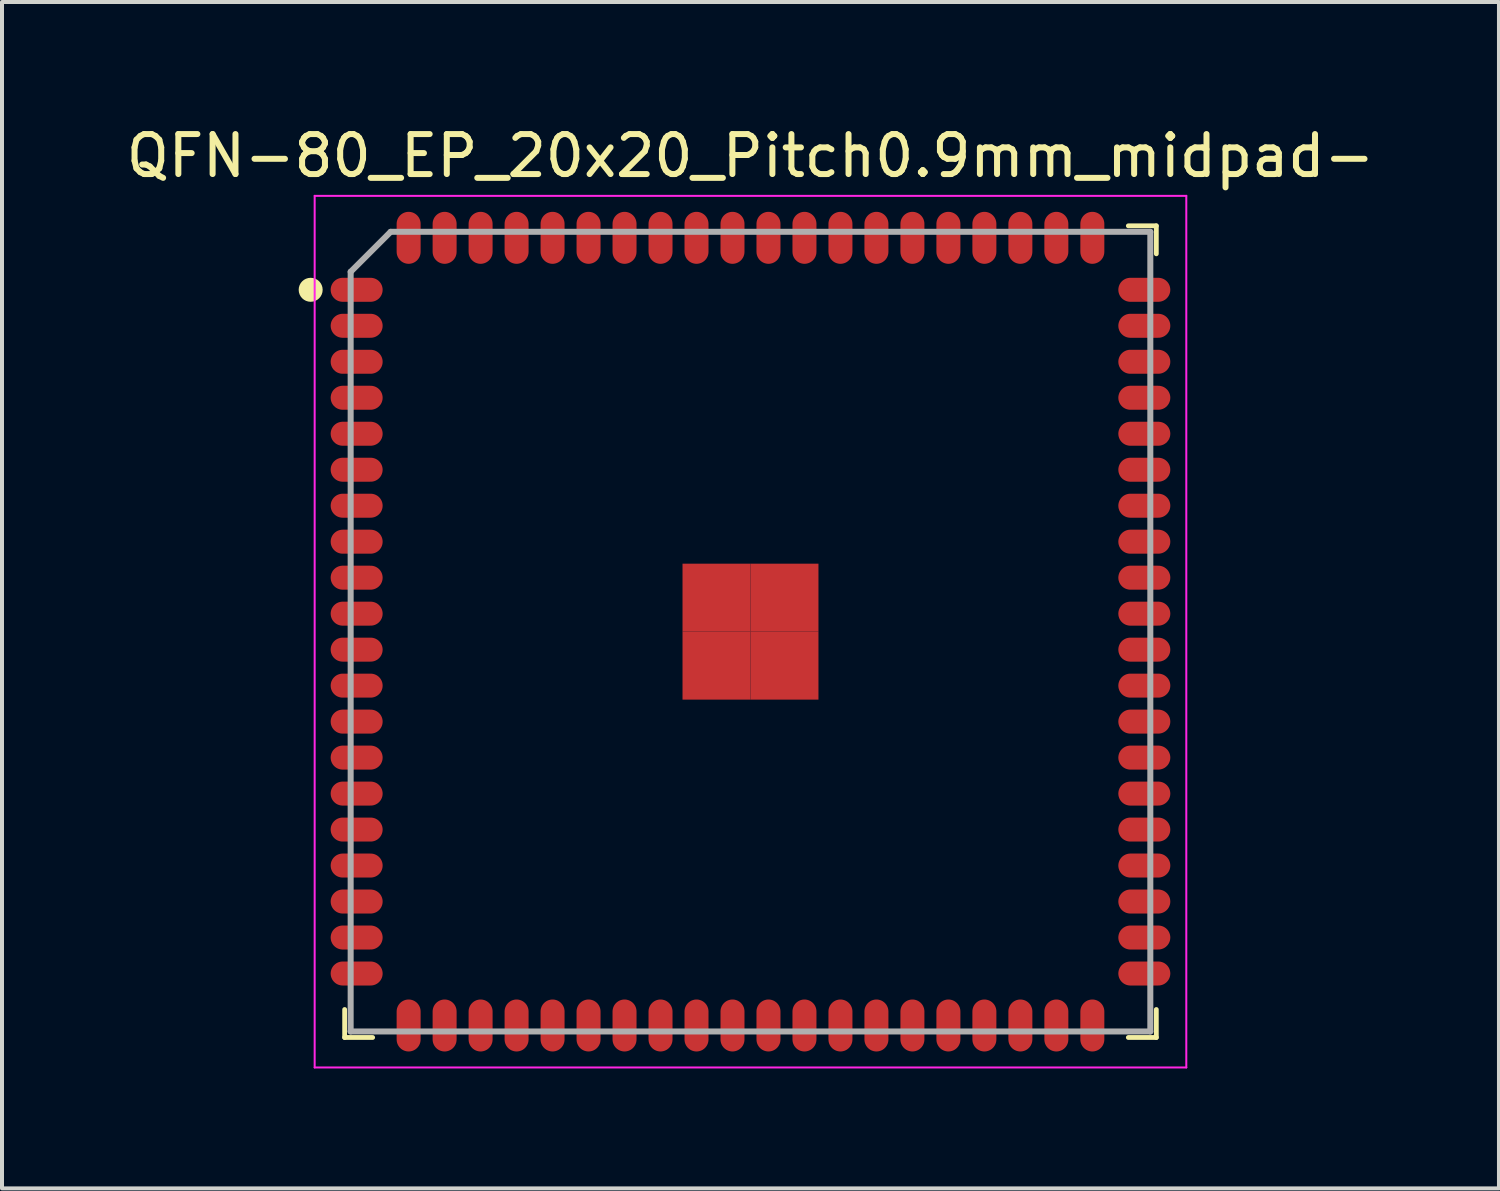
<source format=kicad_pcb>
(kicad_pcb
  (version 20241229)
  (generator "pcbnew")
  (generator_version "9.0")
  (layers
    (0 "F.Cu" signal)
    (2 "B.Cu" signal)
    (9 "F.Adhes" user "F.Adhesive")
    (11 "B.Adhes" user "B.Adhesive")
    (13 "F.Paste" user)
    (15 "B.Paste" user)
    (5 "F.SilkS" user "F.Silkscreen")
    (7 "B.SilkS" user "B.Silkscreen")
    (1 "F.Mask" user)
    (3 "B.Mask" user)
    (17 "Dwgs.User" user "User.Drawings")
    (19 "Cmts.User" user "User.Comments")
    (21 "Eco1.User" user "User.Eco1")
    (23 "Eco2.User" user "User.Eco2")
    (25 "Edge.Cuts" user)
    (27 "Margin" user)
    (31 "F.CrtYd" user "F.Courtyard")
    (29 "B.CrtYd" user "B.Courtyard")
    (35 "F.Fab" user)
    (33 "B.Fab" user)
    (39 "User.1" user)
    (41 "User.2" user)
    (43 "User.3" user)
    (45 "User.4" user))
  (footprint "QFN-80_EP_20x20_Pitch0.9mm_midpad-"
    (layer "F.Cu")
    (at 15.72 12.748)
    (property "Reference" "QFN-80_EP_20x20_Pitch0.9mm_midpad-" (at 0 -11.9 0) (layer "F.SilkS") (effects (font (size 1 1) (thickness 0.15))))
    (attr through_hole)
    (fp_line (start -10.15 10.15) (end -10.15 9.45) (stroke (width 0.12) (type solid)) (layer "F.SilkS"))
    (fp_line (start -9.45 10.15) (end -10.15 10.15) (stroke (width 0.12) (type solid)) (layer "F.SilkS"))
    (fp_line (start 9.45 -10.15) (end 10.15 -10.15) (stroke (width 0.12) (type solid)) (layer "F.SilkS"))
    (fp_line (start 9.45 10.15) (end 10.15 10.15) (stroke (width 0.12) (type solid)) (layer "F.SilkS"))
    (fp_line (start 10.15 -10.15) (end 10.15 -9.45) (stroke (width 0.12) (type solid)) (layer "F.SilkS"))
    (fp_line (start 10.15 10.15) (end 10.15 9.45) (stroke (width 0.12) (type solid)) (layer "F.SilkS"))
    (fp_circle (center -11 -8.55) (end -10.85 -8.55) (stroke (width 0.3) (type solid)) (fill no) (layer "F.SilkS"))
    (fp_line (start -10.9 -10.9) (end 10.9 -10.9) (stroke (width 0.05) (type solid)) (layer "F.CrtYd"))
    (fp_line (start -10.9 10.9) (end -10.9 -10.9) (stroke (width 0.05) (type solid)) (layer "F.CrtYd"))
    (fp_line (start 10.9 -10.9) (end 10.9 10.9) (stroke (width 0.05) (type solid)) (layer "F.CrtYd"))
    (fp_line (start 10.9 10.9) (end -10.9 10.9) (stroke (width 0.05) (type solid)) (layer "F.CrtYd"))
    (fp_line (start -10 -9) (end -10 10) (stroke (width 0.15) (type solid)) (layer "F.Fab"))
    (fp_line (start -10 10) (end 10 10) (stroke (width 0.15) (type solid)) (layer "F.Fab"))
    (fp_line (start -9 -10) (end -10 -9) (stroke (width 0.15) (type solid)) (layer "F.Fab"))
    (fp_line (start 10 -10) (end -9 -10) (stroke (width 0.15) (type solid)) (layer "F.Fab"))
    (fp_line (start 10 10) (end 10 -10) (stroke (width 0.15) (type solid)) (layer "F.Fab"))
    (pad "1" smd oval (at -9.85 -8.55 90) (size 0.6 1.3) (layers "F.Cu" "F.Mask" "F.Paste"))
    (pad "2" smd oval (at -9.85 -7.65 90) (size 0.6 1.3) (layers "F.Cu" "F.Mask" "F.Paste"))
    (pad "3" smd oval (at -9.85 -6.75 90) (size 0.6 1.3) (layers "F.Cu" "F.Mask" "F.Paste"))
    (pad "4" smd oval (at -9.85 -5.85 90) (size 0.6 1.3) (layers "F.Cu" "F.Mask" "F.Paste"))
    (pad "5" smd oval (at -9.85 -4.95 90) (size 0.6 1.3) (layers "F.Cu" "F.Mask" "F.Paste"))
    (pad "6" smd oval (at -9.85 -4.05 90) (size 0.6 1.3) (layers "F.Cu" "F.Mask" "F.Paste"))
    (pad "7" smd oval (at -9.85 -3.15 90) (size 0.6 1.3) (layers "F.Cu" "F.Mask" "F.Paste"))
    (pad "8" smd oval (at -9.85 -2.25 90) (size 0.6 1.3) (layers "F.Cu" "F.Mask" "F.Paste"))
    (pad "9" smd oval (at -9.85 -1.35 90) (size 0.6 1.3) (layers "F.Cu" "F.Mask" "F.Paste"))
    (pad "10" smd oval (at -9.85 -0.45 90) (size 0.6 1.3) (layers "F.Cu" "F.Mask" "F.Paste"))
    (pad "11" smd oval (at -9.85 0.45 90) (size 0.6 1.3) (layers "F.Cu" "F.Mask" "F.Paste"))
    (pad "12" smd oval (at -9.85 1.35 90) (size 0.6 1.3) (layers "F.Cu" "F.Mask" "F.Paste"))
    (pad "13" smd oval (at -9.85 2.25 90) (size 0.6 1.3) (layers "F.Cu" "F.Mask" "F.Paste"))
    (pad "14" smd oval (at -9.85 3.15 90) (size 0.6 1.3) (layers "F.Cu" "F.Mask" "F.Paste"))
    (pad "15" smd oval (at -9.85 4.05 90) (size 0.6 1.3) (layers "F.Cu" "F.Mask" "F.Paste"))
    (pad "16" smd oval (at -9.85 4.95 90) (size 0.6 1.3) (layers "F.Cu" "F.Mask" "F.Paste"))
    (pad "17" smd oval (at -9.85 5.85 90) (size 0.6 1.3) (layers "F.Cu" "F.Mask" "F.Paste"))
    (pad "18" smd oval (at -9.85 6.75 90) (size 0.6 1.3) (layers "F.Cu" "F.Mask" "F.Paste"))
    (pad "19" smd oval (at -9.85 7.65 90) (size 0.6 1.3) (layers "F.Cu" "F.Mask" "F.Paste"))
    (pad "20" smd oval (at -9.85 8.55 90) (size 0.6 1.3) (layers "F.Cu" "F.Mask" "F.Paste"))
    (pad "21" smd oval (at -8.55 9.85) (size 0.6 1.3) (layers "F.Cu" "F.Mask" "F.Paste"))
    (pad "22" smd oval (at -7.65 9.85) (size 0.6 1.3) (layers "F.Cu" "F.Mask" "F.Paste"))
    (pad "23" smd oval (at -6.75 9.85) (size 0.6 1.3) (layers "F.Cu" "F.Mask" "F.Paste"))
    (pad "24" smd oval (at -5.85 9.85) (size 0.6 1.3) (layers "F.Cu" "F.Mask" "F.Paste"))
    (pad "25" smd oval (at -4.95 9.85) (size 0.6 1.3) (layers "F.Cu" "F.Mask" "F.Paste"))
    (pad "26" smd oval (at -4.05 9.85) (size 0.6 1.3) (layers "F.Cu" "F.Mask" "F.Paste"))
    (pad "27" smd oval (at -3.15 9.85) (size 0.6 1.3) (layers "F.Cu" "F.Mask" "F.Paste"))
    (pad "28" smd oval (at -2.25 9.85) (size 0.6 1.3) (layers "F.Cu" "F.Mask" "F.Paste"))
    (pad "29" smd oval (at -1.35 9.85) (size 0.6 1.3) (layers "F.Cu" "F.Mask" "F.Paste"))
    (pad "30" smd oval (at -0.45 9.85) (size 0.6 1.3) (layers "F.Cu" "F.Mask" "F.Paste"))
    (pad "31" smd oval (at 0.45 9.85) (size 0.6 1.3) (layers "F.Cu" "F.Mask" "F.Paste"))
    (pad "32" smd oval (at 1.35 9.85) (size 0.6 1.3) (layers "F.Cu" "F.Mask" "F.Paste"))
    (pad "33" smd oval (at 2.25 9.85) (size 0.6 1.3) (layers "F.Cu" "F.Mask" "F.Paste"))
    (pad "34" smd oval (at 3.15 9.85) (size 0.6 1.3) (layers "F.Cu" "F.Mask" "F.Paste"))
    (pad "35" smd oval (at 4.05 9.85) (size 0.6 1.3) (layers "F.Cu" "F.Mask" "F.Paste"))
    (pad "36" smd oval (at 4.95 9.85) (size 0.6 1.3) (layers "F.Cu" "F.Mask" "F.Paste"))
    (pad "37" smd oval (at 5.85 9.85) (size 0.6 1.3) (layers "F.Cu" "F.Mask" "F.Paste"))
    (pad "38" smd oval (at 6.75 9.85) (size 0.6 1.3) (layers "F.Cu" "F.Mask" "F.Paste"))
    (pad "39" smd oval (at 7.65 9.85) (size 0.6 1.3) (layers "F.Cu" "F.Mask" "F.Paste"))
    (pad "40" smd oval (at 8.55 9.85) (size 0.6 1.3) (layers "F.Cu" "F.Mask" "F.Paste"))
    (pad "41" smd oval (at 9.85 8.55 90) (size 0.6 1.3) (layers "F.Cu" "F.Mask" "F.Paste"))
    (pad "42" smd oval (at 9.85 7.65 90) (size 0.6 1.3) (layers "F.Cu" "F.Mask" "F.Paste"))
    (pad "43" smd oval (at 9.85 6.75 90) (size 0.6 1.3) (layers "F.Cu" "F.Mask" "F.Paste"))
    (pad "44" smd oval (at 9.85 5.85 90) (size 0.6 1.3) (layers "F.Cu" "F.Mask" "F.Paste"))
    (pad "45" smd oval (at 9.85 4.95 90) (size 0.6 1.3) (layers "F.Cu" "F.Mask" "F.Paste"))
    (pad "46" smd oval (at 9.85 4.05 90) (size 0.6 1.3) (layers "F.Cu" "F.Mask" "F.Paste"))
    (pad "47" smd oval (at 9.85 3.15 90) (size 0.6 1.3) (layers "F.Cu" "F.Mask" "F.Paste"))
    (pad "48" smd oval (at 9.85 2.25 90) (size 0.6 1.3) (layers "F.Cu" "F.Mask" "F.Paste"))
    (pad "49" smd oval (at 9.85 1.35 90) (size 0.6 1.3) (layers "F.Cu" "F.Mask" "F.Paste"))
    (pad "50" smd oval (at 9.85 0.45 90) (size 0.6 1.3) (layers "F.Cu" "F.Mask" "F.Paste"))
    (pad "51" smd oval (at 9.85 -0.45 90) (size 0.6 1.3) (layers "F.Cu" "F.Mask" "F.Paste"))
    (pad "52" smd oval (at 9.85 -1.35 90) (size 0.6 1.3) (layers "F.Cu" "F.Mask" "F.Paste"))
    (pad "53" smd oval (at 9.85 -2.25 90) (size 0.6 1.3) (layers "F.Cu" "F.Mask" "F.Paste"))
    (pad "54" smd oval (at 9.85 -3.15 90) (size 0.6 1.3) (layers "F.Cu" "F.Mask" "F.Paste"))
    (pad "55" smd oval (at 9.85 -4.05 90) (size 0.6 1.3) (layers "F.Cu" "F.Mask" "F.Paste"))
    (pad "56" smd oval (at 9.85 -4.95 90) (size 0.6 1.3) (layers "F.Cu" "F.Mask" "F.Paste"))
    (pad "57" smd oval (at 9.85 -5.85 90) (size 0.6 1.3) (layers "F.Cu" "F.Mask" "F.Paste"))
    (pad "58" smd oval (at 9.85 -6.75 90) (size 0.6 1.3) (layers "F.Cu" "F.Mask" "F.Paste"))
    (pad "59" smd oval (at 9.85 -7.65 90) (size 0.6 1.3) (layers "F.Cu" "F.Mask" "F.Paste"))
    (pad "60" smd oval (at 9.85 -8.55 90) (size 0.6 1.3) (layers "F.Cu" "F.Mask" "F.Paste"))
    (pad "61" smd oval (at 8.55 -9.85) (size 0.6 1.3) (layers "F.Cu" "F.Mask" "F.Paste"))
    (pad "62" smd oval (at 7.65 -9.85) (size 0.6 1.3) (layers "F.Cu" "F.Mask" "F.Paste"))
    (pad "63" smd oval (at 6.75 -9.85) (size 0.6 1.3) (layers "F.Cu" "F.Mask" "F.Paste"))
    (pad "64" smd oval (at 5.85 -9.85) (size 0.6 1.3) (layers "F.Cu" "F.Mask" "F.Paste"))
    (pad "65" smd oval (at 4.95 -9.85) (size 0.6 1.3) (layers "F.Cu" "F.Mask" "F.Paste"))
    (pad "66" smd oval (at 4.05 -9.85) (size 0.6 1.3) (layers "F.Cu" "F.Mask" "F.Paste"))
    (pad "67" smd oval (at 3.15 -9.85) (size 0.6 1.3) (layers "F.Cu" "F.Mask" "F.Paste"))
    (pad "68" smd oval (at 2.25 -9.85) (size 0.6 1.3) (layers "F.Cu" "F.Mask" "F.Paste"))
    (pad "69" smd oval (at 1.35 -9.85) (size 0.6 1.3) (layers "F.Cu" "F.Mask" "F.Paste"))
    (pad "70" smd oval (at 0.45 -9.85) (size 0.6 1.3) (layers "F.Cu" "F.Mask" "F.Paste"))
    (pad "71" smd oval (at -0.45 -9.85) (size 0.6 1.3) (layers "F.Cu" "F.Mask" "F.Paste"))
    (pad "72" smd oval (at -1.35 -9.85) (size 0.6 1.3) (layers "F.Cu" "F.Mask" "F.Paste"))
    (pad "73" smd oval (at -2.25 -9.85) (size 0.6 1.3) (layers "F.Cu" "F.Mask" "F.Paste"))
    (pad "74" smd oval (at -3.15 -9.85) (size 0.6 1.3) (layers "F.Cu" "F.Mask" "F.Paste"))
    (pad "75" smd oval (at -4.05 -9.85) (size 0.6 1.3) (layers "F.Cu" "F.Mask" "F.Paste"))
    (pad "76" smd oval (at -4.95 -9.85) (size 0.6 1.3) (layers "F.Cu" "F.Mask" "F.Paste"))
    (pad "77" smd oval (at -5.85 -9.85) (size 0.6 1.3) (layers "F.Cu" "F.Mask" "F.Paste"))
    (pad "78" smd oval (at -6.75 -9.85) (size 0.6 1.3) (layers "F.Cu" "F.Mask" "F.Paste"))
    (pad "79" smd oval (at -7.65 -9.85) (size 0.6 1.3) (layers "F.Cu" "F.Mask" "F.Paste"))
    (pad "80" smd oval (at -8.55 -9.85) (size 0.6 1.3) (layers "F.Cu" "F.Mask" "F.Paste"))
    (pad "81" smd rect (at -0.85 -0.85) (size 1.7 1.7) (layers "F.Cu" "F.Mask" "F.Paste"))
    (pad "81" smd rect (at -0.85 0.85) (size 1.7 1.7) (layers "F.Cu" "F.Mask" "F.Paste"))
    (pad "81" smd rect (at 0.85 -0.85) (size 1.7 1.7) (layers "F.Cu" "F.Mask" "F.Paste"))
    (pad "81" smd rect (at 0.85 0.85) (size 1.7 1.7) (layers "F.Cu" "F.Mask" "F.Paste")))
  (gr_rect
    (start -3 -3)
    (end 34.44 26.673)
    (stroke (width 0.1) (type default))
    (fill no)
    (layer "Edge.Cuts")))
</source>
